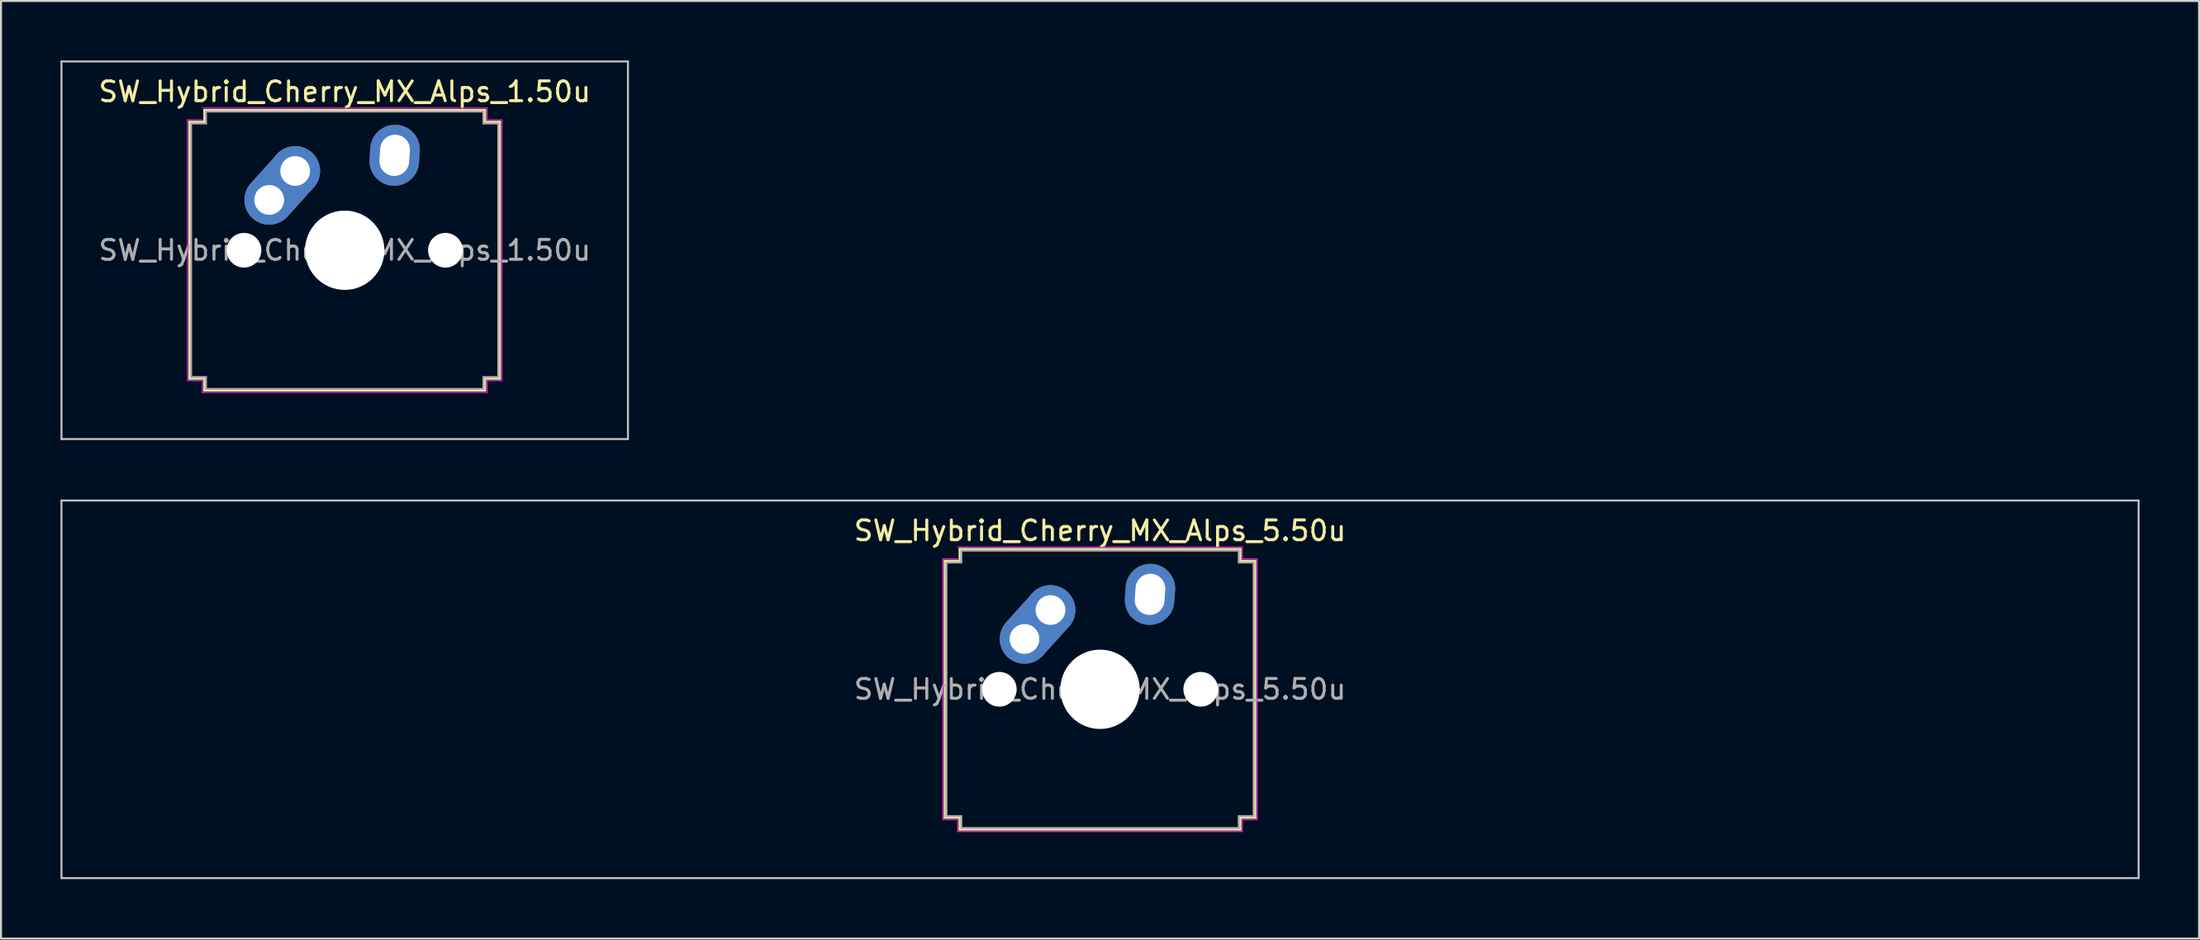
<source format=kicad_pcb>
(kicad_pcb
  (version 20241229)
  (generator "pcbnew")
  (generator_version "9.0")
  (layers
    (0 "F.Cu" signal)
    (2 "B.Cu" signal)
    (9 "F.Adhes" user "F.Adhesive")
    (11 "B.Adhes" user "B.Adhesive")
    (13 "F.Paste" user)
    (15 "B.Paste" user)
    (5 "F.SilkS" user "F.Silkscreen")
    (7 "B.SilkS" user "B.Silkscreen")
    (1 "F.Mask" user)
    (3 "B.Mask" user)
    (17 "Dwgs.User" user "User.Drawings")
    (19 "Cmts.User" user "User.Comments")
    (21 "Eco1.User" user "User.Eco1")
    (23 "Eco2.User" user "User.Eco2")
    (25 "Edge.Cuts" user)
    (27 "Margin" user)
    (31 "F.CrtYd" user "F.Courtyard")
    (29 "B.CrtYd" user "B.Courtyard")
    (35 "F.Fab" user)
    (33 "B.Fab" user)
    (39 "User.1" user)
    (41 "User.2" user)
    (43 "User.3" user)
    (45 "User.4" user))
  (footprint "SW_Hybrid_Cherry_MX_Alps_1.50u"
    (layer "F.Cu")
    (at 14.338 9.575)
    (property "Reference" "SW_Hybrid_Cherry_MX_Alps_1.50u" (at 0 -8 0) (layer "F.SilkS") (effects (font (size 1 1) (thickness 0.15))))
    (attr through_hole)
    (fp_line (start -7.821 -6.471) (end -7.071 -6.471) (stroke (width 0.12) (type solid)) (layer "F.SilkS"))
    (fp_line (start -7.821 6.471) (end -7.821 -6.471) (stroke (width 0.12) (type solid)) (layer "F.SilkS"))
    (fp_line (start -7.071 -7.071) (end 7.071 -7.071) (stroke (width 0.12) (type solid)) (layer "F.SilkS"))
    (fp_line (start -7.071 -6.471) (end -7.071 -7.071) (stroke (width 0.12) (type solid)) (layer "F.SilkS"))
    (fp_line (start -7.071 6.471) (end -7.821 6.471) (stroke (width 0.12) (type solid)) (layer "F.SilkS"))
    (fp_line (start -7.071 7.071) (end -7.071 6.471) (stroke (width 0.12) (type solid)) (layer "F.SilkS"))
    (fp_line (start 7.071 -7.071) (end 7.071 -6.471) (stroke (width 0.12) (type solid)) (layer "F.SilkS"))
    (fp_line (start 7.071 -6.471) (end 7.821 -6.471) (stroke (width 0.12) (type solid)) (layer "F.SilkS"))
    (fp_line (start 7.071 6.471) (end 7.071 7.071) (stroke (width 0.12) (type solid)) (layer "F.SilkS"))
    (fp_line (start 7.071 7.071) (end -7.071 7.071) (stroke (width 0.12) (type solid)) (layer "F.SilkS"))
    (fp_line (start 7.821 -6.471) (end 7.821 6.471) (stroke (width 0.12) (type solid)) (layer "F.SilkS"))
    (fp_line (start 7.821 6.471) (end 7.071 6.471) (stroke (width 0.12) (type solid)) (layer "F.SilkS"))
    (fp_line (start -14.287 -9.525) (end -14.287 9.525) (stroke (width 0.1) (type solid)) (layer "Dwgs.User"))
    (fp_line (start -14.287 9.525) (end 14.287 9.525) (stroke (width 0.1) (type solid)) (layer "Dwgs.User"))
    (fp_line (start 14.287 -9.525) (end -14.287 -9.525) (stroke (width 0.1) (type solid)) (layer "Dwgs.User"))
    (fp_line (start 14.287 9.525) (end 14.287 -9.525) (stroke (width 0.1) (type solid)) (layer "Dwgs.User"))
    (fp_line (start -7.927 -6.577) (end -7.177 -6.577) (stroke (width 0.05) (type solid)) (layer "F.CrtYd"))
    (fp_line (start -7.927 6.577) (end -7.927 -6.577) (stroke (width 0.05) (type solid)) (layer "F.CrtYd"))
    (fp_line (start -7.177 -7.177) (end 7.177 -7.177) (stroke (width 0.05) (type solid)) (layer "F.CrtYd"))
    (fp_line (start -7.177 6.577) (end -7.927 6.577) (stroke (width 0.05) (type solid)) (layer "F.CrtYd"))
    (fp_line (start -7.177 7.177) (end -7.177 6.577) (stroke (width 0.05) (type solid)) (layer "F.CrtYd"))
    (fp_line (start 7.177 -7.177) (end 7.177 -6.577) (stroke (width 0.05) (type solid)) (layer "F.CrtYd"))
    (fp_line (start 7.177 -6.577) (end 7.927 -6.577) (stroke (width 0.05) (type solid)) (layer "F.CrtYd"))
    (fp_line (start 7.177 6.577) (end 7.177 7.177) (stroke (width 0.05) (type solid)) (layer "F.CrtYd"))
    (fp_line (start 7.177 7.177) (end -7.177 7.177) (stroke (width 0.05) (type solid)) (layer "F.CrtYd"))
    (fp_line (start 7.927 -6.577) (end 7.927 6.577) (stroke (width 0.05) (type solid)) (layer "F.CrtYd"))
    (fp_line (start 7.927 6.577) (end 7.177 6.577) (stroke (width 0.05) (type solid)) (layer "F.CrtYd"))
    (fp_line (start -7.75 -6.4) (end -7 -6.4) (stroke (width 0.1) (type solid)) (layer "F.Fab"))
    (fp_line (start -7.75 6.4) (end -7.75 -6.4) (stroke (width 0.1) (type solid)) (layer "F.Fab"))
    (fp_line (start -7 -7) (end 7 -7) (stroke (width 0.1) (type solid)) (layer "F.Fab"))
    (fp_line (start -7 -6.4) (end -7 -7) (stroke (width 0.1) (type solid)) (layer "F.Fab"))
    (fp_line (start -7 6.4) (end -7.75 6.4) (stroke (width 0.1) (type solid)) (layer "F.Fab"))
    (fp_line (start -7 7) (end -7 6.4) (stroke (width 0.1) (type solid)) (layer "F.Fab"))
    (fp_line (start 7 -7) (end 7 -6.4) (stroke (width 0.1) (type solid)) (layer "F.Fab"))
    (fp_line (start 7 -6.4) (end 7.75 -6.4) (stroke (width 0.1) (type solid)) (layer "F.Fab"))
    (fp_line (start 7 6.4) (end 7 7) (stroke (width 0.1) (type solid)) (layer "F.Fab"))
    (fp_line (start 7 7) (end -7 7) (stroke (width 0.1) (type solid)) (layer "F.Fab"))
    (fp_line (start 7.75 -6.4) (end 7.75 6.4) (stroke (width 0.1) (type solid)) (layer "F.Fab"))
    (fp_line (start 7.75 6.4) (end 7 6.4) (stroke (width 0.1) (type solid)) (layer "F.Fab"))
    (fp_text user "${REFERENCE}" (at 0 0 0) (layer "F.Fab") (effects (font (size 1 1) (thickness 0.15))))
    (pad "" np_thru_hole circle (at -5.08 0) (size 1.75 1.75) (drill 1.75) (layers "*.Cu" "*.Mask"))
    (pad "" np_thru_hole circle (at 0 0) (size 4 4) (drill 4) (layers "*.Cu" "*.Mask"))
    (pad "" np_thru_hole circle (at 5.08 0) (size 1.75 1.75) (drill 1.75) (layers "*.Cu" "*.Mask"))
    (pad "1" thru_hole oval (at -3.81 -2.54 48) (size 4.462 2.5) (drill 1.5 (offset 0.981 0)) (layers "*.Cu" "*.Mask"))
    (pad "1" thru_hole circle (at -2.5 -4) (size 2.5 2.5) (drill 1.5) (layers "*.Cu" "*.Mask"))
    (pad "2" thru_hole oval (at 2.52 -4.79 86) (size 3.081 2.5) (drill oval 2.081 1.5) (layers "*.Cu" "*.Mask")))
  (footprint "SW_Hybrid_Cherry_MX_Alps_5.50u"
    (layer "F.Cu")
    (at 52.438 31.725)
    (property "Reference" "SW_Hybrid_Cherry_MX_Alps_5.50u" (at 0 -8 0) (layer "F.SilkS") (effects (font (size 1 1) (thickness 0.15))))
    (attr through_hole)
    (fp_line (start -7.821 -6.471) (end -7.071 -6.471) (stroke (width 0.12) (type solid)) (layer "F.SilkS"))
    (fp_line (start -7.821 6.471) (end -7.821 -6.471) (stroke (width 0.12) (type solid)) (layer "F.SilkS"))
    (fp_line (start -7.071 -7.071) (end 7.071 -7.071) (stroke (width 0.12) (type solid)) (layer "F.SilkS"))
    (fp_line (start -7.071 -6.471) (end -7.071 -7.071) (stroke (width 0.12) (type solid)) (layer "F.SilkS"))
    (fp_line (start -7.071 6.471) (end -7.821 6.471) (stroke (width 0.12) (type solid)) (layer "F.SilkS"))
    (fp_line (start -7.071 7.071) (end -7.071 6.471) (stroke (width 0.12) (type solid)) (layer "F.SilkS"))
    (fp_line (start 7.071 -7.071) (end 7.071 -6.471) (stroke (width 0.12) (type solid)) (layer "F.SilkS"))
    (fp_line (start 7.071 -6.471) (end 7.821 -6.471) (stroke (width 0.12) (type solid)) (layer "F.SilkS"))
    (fp_line (start 7.071 6.471) (end 7.071 7.071) (stroke (width 0.12) (type solid)) (layer "F.SilkS"))
    (fp_line (start 7.071 7.071) (end -7.071 7.071) (stroke (width 0.12) (type solid)) (layer "F.SilkS"))
    (fp_line (start 7.821 -6.471) (end 7.821 6.471) (stroke (width 0.12) (type solid)) (layer "F.SilkS"))
    (fp_line (start 7.821 6.471) (end 7.071 6.471) (stroke (width 0.12) (type solid)) (layer "F.SilkS"))
    (fp_line (start -52.388 -9.525) (end -52.388 9.525) (stroke (width 0.1) (type solid)) (layer "Dwgs.User"))
    (fp_line (start -52.388 9.525) (end 52.388 9.525) (stroke (width 0.1) (type solid)) (layer "Dwgs.User"))
    (fp_line (start 52.388 -9.525) (end -52.388 -9.525) (stroke (width 0.1) (type solid)) (layer "Dwgs.User"))
    (fp_line (start 52.388 9.525) (end 52.388 -9.525) (stroke (width 0.1) (type solid)) (layer "Dwgs.User"))
    (fp_line (start -7.927 -6.577) (end -7.177 -6.577) (stroke (width 0.05) (type solid)) (layer "F.CrtYd"))
    (fp_line (start -7.927 6.577) (end -7.927 -6.577) (stroke (width 0.05) (type solid)) (layer "F.CrtYd"))
    (fp_line (start -7.177 -7.177) (end 7.177 -7.177) (stroke (width 0.05) (type solid)) (layer "F.CrtYd"))
    (fp_line (start -7.177 6.577) (end -7.927 6.577) (stroke (width 0.05) (type solid)) (layer "F.CrtYd"))
    (fp_line (start -7.177 7.177) (end -7.177 6.577) (stroke (width 0.05) (type solid)) (layer "F.CrtYd"))
    (fp_line (start 7.177 -7.177) (end 7.177 -6.577) (stroke (width 0.05) (type solid)) (layer "F.CrtYd"))
    (fp_line (start 7.177 -6.577) (end 7.927 -6.577) (stroke (width 0.05) (type solid)) (layer "F.CrtYd"))
    (fp_line (start 7.177 6.577) (end 7.177 7.177) (stroke (width 0.05) (type solid)) (layer "F.CrtYd"))
    (fp_line (start 7.177 7.177) (end -7.177 7.177) (stroke (width 0.05) (type solid)) (layer "F.CrtYd"))
    (fp_line (start 7.927 -6.577) (end 7.927 6.577) (stroke (width 0.05) (type solid)) (layer "F.CrtYd"))
    (fp_line (start 7.927 6.577) (end 7.177 6.577) (stroke (width 0.05) (type solid)) (layer "F.CrtYd"))
    (fp_line (start -7.75 -6.4) (end -7 -6.4) (stroke (width 0.1) (type solid)) (layer "F.Fab"))
    (fp_line (start -7.75 6.4) (end -7.75 -6.4) (stroke (width 0.1) (type solid)) (layer "F.Fab"))
    (fp_line (start -7 -7) (end 7 -7) (stroke (width 0.1) (type solid)) (layer "F.Fab"))
    (fp_line (start -7 -6.4) (end -7 -7) (stroke (width 0.1) (type solid)) (layer "F.Fab"))
    (fp_line (start -7 6.4) (end -7.75 6.4) (stroke (width 0.1) (type solid)) (layer "F.Fab"))
    (fp_line (start -7 7) (end -7 6.4) (stroke (width 0.1) (type solid)) (layer "F.Fab"))
    (fp_line (start 7 -7) (end 7 -6.4) (stroke (width 0.1) (type solid)) (layer "F.Fab"))
    (fp_line (start 7 -6.4) (end 7.75 -6.4) (stroke (width 0.1) (type solid)) (layer "F.Fab"))
    (fp_line (start 7 6.4) (end 7 7) (stroke (width 0.1) (type solid)) (layer "F.Fab"))
    (fp_line (start 7 7) (end -7 7) (stroke (width 0.1) (type solid)) (layer "F.Fab"))
    (fp_line (start 7.75 -6.4) (end 7.75 6.4) (stroke (width 0.1) (type solid)) (layer "F.Fab"))
    (fp_line (start 7.75 6.4) (end 7 6.4) (stroke (width 0.1) (type solid)) (layer "F.Fab"))
    (fp_text user "${REFERENCE}" (at 0 0 0) (layer "F.Fab") (effects (font (size 1 1) (thickness 0.15))))
    (pad "" np_thru_hole circle (at -5.08 0) (size 1.75 1.75) (drill 1.75) (layers "*.Cu" "*.Mask"))
    (pad "" np_thru_hole circle (at 0 0) (size 4 4) (drill 4) (layers "*.Cu" "*.Mask"))
    (pad "" np_thru_hole circle (at 5.08 0) (size 1.75 1.75) (drill 1.75) (layers "*.Cu" "*.Mask"))
    (pad "1" thru_hole oval (at -3.81 -2.54 48) (size 4.462 2.5) (drill 1.5 (offset 0.981 0)) (layers "*.Cu" "*.Mask"))
    (pad "1" thru_hole circle (at -2.5 -4) (size 2.5 2.5) (drill 1.5) (layers "*.Cu" "*.Mask"))
    (pad "2" thru_hole oval (at 2.52 -4.79 86) (size 3.081 2.5) (drill oval 2.081 1.5) (layers "*.Cu" "*.Mask")))
  (gr_rect
    (start -3 -3)
    (end 107.875 44.3)
    (stroke (width 0.1) (type default))
    (fill no)
    (layer "Edge.Cuts")))
</source>
